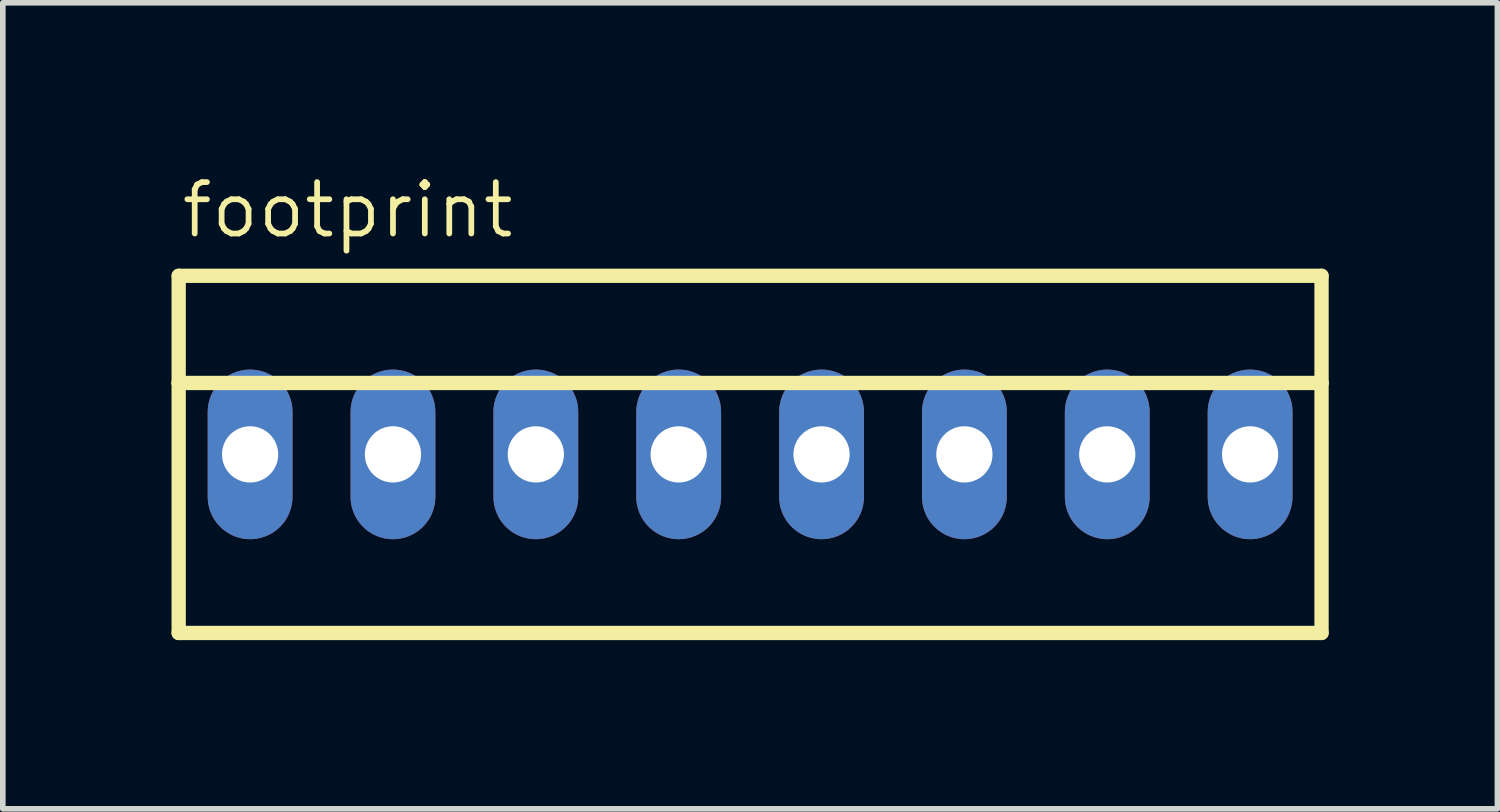
<source format=kicad_pcb>
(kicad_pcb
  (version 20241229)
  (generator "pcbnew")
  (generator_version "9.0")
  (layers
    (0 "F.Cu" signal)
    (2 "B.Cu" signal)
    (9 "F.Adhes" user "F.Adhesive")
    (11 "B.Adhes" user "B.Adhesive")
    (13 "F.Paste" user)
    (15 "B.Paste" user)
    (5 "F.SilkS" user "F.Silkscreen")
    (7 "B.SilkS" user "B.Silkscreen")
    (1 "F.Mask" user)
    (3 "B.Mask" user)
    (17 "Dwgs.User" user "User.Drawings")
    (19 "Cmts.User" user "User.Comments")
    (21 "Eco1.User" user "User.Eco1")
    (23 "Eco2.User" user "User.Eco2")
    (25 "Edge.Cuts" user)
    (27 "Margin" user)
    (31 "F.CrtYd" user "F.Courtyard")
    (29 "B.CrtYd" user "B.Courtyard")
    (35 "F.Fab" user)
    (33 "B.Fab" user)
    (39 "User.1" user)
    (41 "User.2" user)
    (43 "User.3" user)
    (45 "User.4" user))
  (footprint "footprint"
    (layer "F.Cu")
    (at 10.287 5.029)
    (property "Reference" "footprint" (at -10.16 -3.81 0) (layer "F.SilkS") (effects (font (size 0.914 0.914) (thickness 0.102)) (justify left bottom)))
    (fp_line (start -10.16 -3.175) (end 10.16 -3.175) (stroke (width 0.254) (type solid)) (layer "F.SilkS"))
    (fp_line (start -10.16 -1.27) (end -10.16 -3.175) (stroke (width 0.254) (type solid)) (layer "F.SilkS"))
    (fp_line (start -10.16 -1.27) (end 10.16 -1.27) (stroke (width 0.254) (type solid)) (layer "F.SilkS"))
    (fp_line (start -10.16 3.175) (end -10.16 -1.27) (stroke (width 0.254) (type solid)) (layer "F.SilkS"))
    (fp_line (start 10.16 -3.175) (end 10.16 -1.27) (stroke (width 0.254) (type solid)) (layer "F.SilkS"))
    (fp_line (start 10.16 -1.27) (end 10.16 3.175) (stroke (width 0.254) (type solid)) (layer "F.SilkS"))
    (fp_line (start 10.16 3.175) (end -10.16 3.175) (stroke (width 0.254) (type solid)) (layer "F.SilkS"))
    (pad "1" thru_hole oval (at -8.89 0 90) (size 3.016 1.508) (drill 1) (layers "*.Cu" "*.Mask"))
    (pad "2" thru_hole oval (at -6.35 0 90) (size 3.016 1.508) (drill 1) (layers "*.Cu" "*.Mask"))
    (pad "3" thru_hole oval (at -3.81 0 90) (size 3.016 1.508) (drill 1) (layers "*.Cu" "*.Mask"))
    (pad "4" thru_hole oval (at -1.27 0 90) (size 3.016 1.508) (drill 1) (layers "*.Cu" "*.Mask"))
    (pad "5" thru_hole oval (at 1.27 0 90) (size 3.016 1.508) (drill 1) (layers "*.Cu" "*.Mask"))
    (pad "6" thru_hole oval (at 3.81 0 90) (size 3.016 1.508) (drill 1) (layers "*.Cu" "*.Mask"))
    (pad "7" thru_hole oval (at 6.35 0 90) (size 3.016 1.508) (drill 1) (layers "*.Cu" "*.Mask"))
    (pad "8" thru_hole oval (at 8.89 0 90) (size 3.016 1.508) (drill 1) (layers "*.Cu" "*.Mask")))
  (gr_rect
    (start -3 -3)
    (end 23.574 11.331)
    (stroke (width 0.1) (type default))
    (fill no)
    (layer "Edge.Cuts")))
</source>
